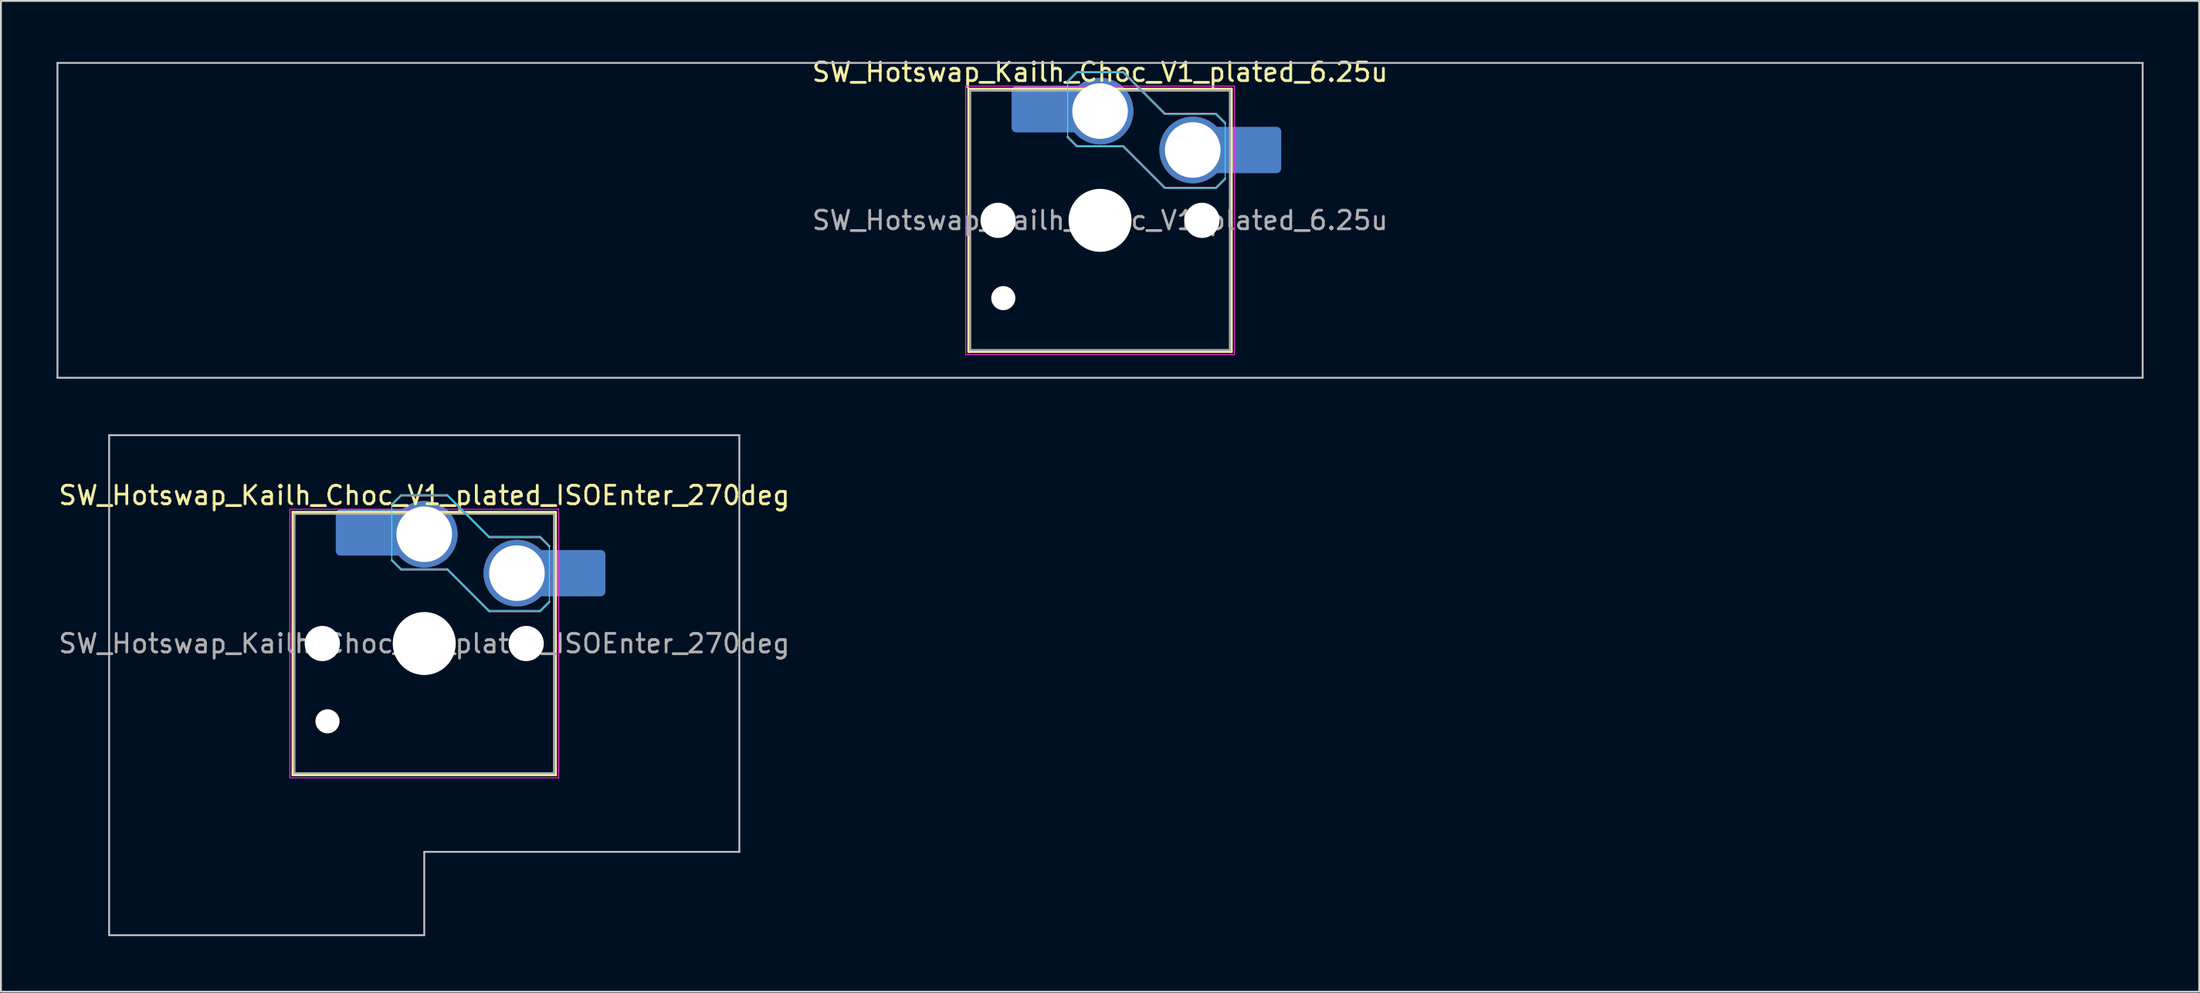
<source format=kicad_pcb>
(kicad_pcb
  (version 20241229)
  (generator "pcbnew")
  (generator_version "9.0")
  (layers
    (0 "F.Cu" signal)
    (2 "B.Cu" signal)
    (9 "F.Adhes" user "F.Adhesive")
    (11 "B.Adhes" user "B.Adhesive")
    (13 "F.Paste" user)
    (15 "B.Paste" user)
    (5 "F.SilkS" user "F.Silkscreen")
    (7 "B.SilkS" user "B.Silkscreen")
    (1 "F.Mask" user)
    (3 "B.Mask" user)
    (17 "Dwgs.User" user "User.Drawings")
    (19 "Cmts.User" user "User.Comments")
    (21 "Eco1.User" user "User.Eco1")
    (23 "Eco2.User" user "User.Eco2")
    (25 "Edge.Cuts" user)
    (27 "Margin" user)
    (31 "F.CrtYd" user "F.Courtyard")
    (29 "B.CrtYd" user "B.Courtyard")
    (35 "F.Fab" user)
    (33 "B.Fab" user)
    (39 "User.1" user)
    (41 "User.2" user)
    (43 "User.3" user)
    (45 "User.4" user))
  (footprint "SW_Hotswap_Kailh_Choc_V1_plated_6.25u"
    (layer "F.Cu")
    (at 56.3 8.848)
    (property "Reference" "SW_Hotswap_Kailh_Choc_V1_plated_6.25u" (at 0 -8 0) (layer "F.SilkS") (effects (font (size 1 1) (thickness 0.15))))
    (attr smd)
    (fp_line (start -7.1 -7.1) (end -7.1 7.1) (stroke (width 0.12) (type solid)) (layer "F.SilkS"))
    (fp_line (start -7.1 7.1) (end 7.1 7.1) (stroke (width 0.12) (type solid)) (layer "F.SilkS"))
    (fp_line (start 7.1 -7.1) (end -7.1 -7.1) (stroke (width 0.12) (type solid)) (layer "F.SilkS"))
    (fp_line (start 7.1 7.1) (end 7.1 -7.1) (stroke (width 0.12) (type solid)) (layer "F.SilkS"))
    (fp_line (start -1.75 -7.5) (end -1.25 -8) (stroke (width 0.12) (type solid)) (layer "B.SilkS"))
    (fp_line (start -1.25 -8) (end 1.25 -8) (stroke (width 0.12) (type solid)) (layer "B.SilkS"))
    (fp_line (start -1.25 -4) (end -1.75 -4.5) (stroke (width 0.12) (type solid)) (layer "B.SilkS"))
    (fp_line (start 1.25 -8) (end 3.5 -5.75) (stroke (width 0.12) (type solid)) (layer "B.SilkS"))
    (fp_line (start 1.25 -4) (end -1.25 -4) (stroke (width 0.12) (type solid)) (layer "B.SilkS"))
    (fp_line (start 3.5 -5.75) (end 6.25 -5.75) (stroke (width 0.12) (type solid)) (layer "B.SilkS"))
    (fp_line (start 3.5 -1.75) (end 1.25 -4) (stroke (width 0.12) (type solid)) (layer "B.SilkS"))
    (fp_line (start 6.25 -5.75) (end 6.75 -5.25) (stroke (width 0.12) (type solid)) (layer "B.SilkS"))
    (fp_line (start 6.25 -1.75) (end 3.5 -1.75) (stroke (width 0.12) (type solid)) (layer "B.SilkS"))
    (fp_line (start 6.75 -2.25) (end 6.25 -1.75) (stroke (width 0.12) (type solid)) (layer "B.SilkS"))
    (fp_line (start -56.25 -8.5) (end -56.25 8.5) (stroke (width 0.1) (type solid)) (layer "Dwgs.User"))
    (fp_line (start -56.25 8.5) (end 56.25 8.5) (stroke (width 0.1) (type solid)) (layer "Dwgs.User"))
    (fp_line (start 56.25 -8.5) (end -56.25 -8.5) (stroke (width 0.1) (type solid)) (layer "Dwgs.User"))
    (fp_line (start 56.25 8.5) (end 56.25 -8.5) (stroke (width 0.1) (type solid)) (layer "Dwgs.User"))
    (fp_line (start -1.75 -7.5) (end -1.25 -8) (stroke (width 0.05) (type solid)) (layer "B.CrtYd"))
    (fp_line (start -1.75 -4.5) (end -1.75 -7.5) (stroke (width 0.05) (type solid)) (layer "B.CrtYd"))
    (fp_line (start -1.25 -8) (end 1.25 -8) (stroke (width 0.05) (type solid)) (layer "B.CrtYd"))
    (fp_line (start -1.25 -4) (end -1.75 -4.5) (stroke (width 0.05) (type solid)) (layer "B.CrtYd"))
    (fp_line (start 1.25 -8) (end 3.5 -5.75) (stroke (width 0.05) (type solid)) (layer "B.CrtYd"))
    (fp_line (start 1.25 -4) (end -1.25 -4) (stroke (width 0.05) (type solid)) (layer "B.CrtYd"))
    (fp_line (start 3.5 -5.75) (end 6.25 -5.75) (stroke (width 0.05) (type solid)) (layer "B.CrtYd"))
    (fp_line (start 3.5 -1.75) (end 1.25 -4) (stroke (width 0.05) (type solid)) (layer "B.CrtYd"))
    (fp_line (start 6.25 -5.75) (end 6.75 -5.25) (stroke (width 0.05) (type solid)) (layer "B.CrtYd"))
    (fp_line (start 6.25 -1.75) (end 3.5 -1.75) (stroke (width 0.05) (type solid)) (layer "B.CrtYd"))
    (fp_line (start 6.75 -5.25) (end 6.75 -2.25) (stroke (width 0.05) (type solid)) (layer "B.CrtYd"))
    (fp_line (start 6.75 -2.25) (end 6.25 -1.75) (stroke (width 0.05) (type solid)) (layer "B.CrtYd"))
    (fp_line (start -7.25 -7.25) (end -7.25 7.25) (stroke (width 0.05) (type solid)) (layer "F.CrtYd"))
    (fp_line (start -7.25 7.25) (end 7.25 7.25) (stroke (width 0.05) (type solid)) (layer "F.CrtYd"))
    (fp_line (start 7.25 -7.25) (end -7.25 -7.25) (stroke (width 0.05) (type solid)) (layer "F.CrtYd"))
    (fp_line (start 7.25 7.25) (end 7.25 -7.25) (stroke (width 0.05) (type solid)) (layer "F.CrtYd"))
    (fp_line (start -1.75 -7.5) (end -1.25 -8) (stroke (width 0.1) (type solid)) (layer "B.Fab"))
    (fp_line (start -1.25 -8) (end 1.25 -8) (stroke (width 0.1) (type solid)) (layer "B.Fab"))
    (fp_line (start -1.25 -4) (end -1.75 -4.5) (stroke (width 0.1) (type solid)) (layer "B.Fab"))
    (fp_line (start 1.25 -8) (end 3.5 -5.75) (stroke (width 0.1) (type solid)) (layer "B.Fab"))
    (fp_line (start 1.25 -4) (end -1.25 -4) (stroke (width 0.1) (type solid)) (layer "B.Fab"))
    (fp_line (start 3.5 -5.75) (end 6.25 -5.75) (stroke (width 0.1) (type solid)) (layer "B.Fab"))
    (fp_line (start 3.5 -1.75) (end 1.25 -4) (stroke (width 0.1) (type solid)) (layer "B.Fab"))
    (fp_line (start 6.25 -5.75) (end 6.75 -5.25) (stroke (width 0.1) (type solid)) (layer "B.Fab"))
    (fp_line (start 6.25 -1.75) (end 3.5 -1.75) (stroke (width 0.1) (type solid)) (layer "B.Fab"))
    (fp_line (start 6.75 -2.25) (end 6.25 -1.75) (stroke (width 0.1) (type solid)) (layer "B.Fab"))
    (fp_line (start -7 -7) (end -7 7) (stroke (width 0.1) (type solid)) (layer "F.Fab"))
    (fp_line (start -7 7) (end 7 7) (stroke (width 0.1) (type solid)) (layer "F.Fab"))
    (fp_line (start 7 -7) (end -7 -7) (stroke (width 0.1) (type solid)) (layer "F.Fab"))
    (fp_line (start 7 7) (end 7 -7) (stroke (width 0.1) (type solid)) (layer "F.Fab"))
    (fp_text user "${REFERENCE}" (at 0 0 0) (layer "F.Fab") (effects (font (size 1 1) (thickness 0.15))))
    (pad "" np_thru_hole circle (at -5.5 0) (size 1.9 1.9) (drill 1.9) (layers "*.Cu" "*.Mask"))
    (pad "" np_thru_hole circle (at -5.22 4.2) (size 1.3 1.3) (drill 1.3) (layers "*.Cu" "*.Mask"))
    (pad "" smd roundrect (at -3.5 -6) (size 2.55 2.5) (layers "B.Mask" "B.Paste") (roundrect_rratio 0.1))
    (pad "" np_thru_hole circle (at 0 0) (size 3.4 3.4) (drill 3.4) (layers "*.Cu" "*.Mask"))
    (pad "" np_thru_hole circle (at 5.5 0) (size 1.9 1.9) (drill 1.9) (layers "*.Cu" "*.Mask"))
    (pad "" smd roundrect (at 8.5 -3.8) (size 2.55 2.5) (layers "B.Mask" "B.Paste") (roundrect_rratio 0.1))
    (pad "1" smd roundrect (at -2.85 -6) (size 3.85 2.5) (layers "B.Cu") (roundrect_rratio 0.1))
    (pad "1" thru_hole circle (at 0 -5.9) (size 3.6 3.6) (drill 3) (layers "*.Cu" "B.Mask"))
    (pad "2" thru_hole circle (at 5 -3.8) (size 3.6 3.6) (drill 3) (layers "*.Cu" "B.Mask"))
    (pad "2" smd roundrect (at 7.85 -3.8) (size 3.85 2.5) (layers "B.Cu") (roundrect_rratio 0.1)))
  (footprint "SW_Hotswap_Kailh_Choc_V1_plated_ISOEnter_270deg"
    (layer "F.Cu")
    (at 19.839 31.698)
    (property "Reference" "SW_Hotswap_Kailh_Choc_V1_plated_ISOEnter_270deg" (at 0 -8 0) (layer "F.SilkS") (effects (font (size 1 1) (thickness 0.15))))
    (attr smd)
    (fp_line (start -7.1 -7.1) (end -7.1 7.1) (stroke (width 0.12) (type solid)) (layer "F.SilkS"))
    (fp_line (start -7.1 7.1) (end 7.1 7.1) (stroke (width 0.12) (type solid)) (layer "F.SilkS"))
    (fp_line (start 7.1 -7.1) (end -7.1 -7.1) (stroke (width 0.12) (type solid)) (layer "F.SilkS"))
    (fp_line (start 7.1 7.1) (end 7.1 -7.1) (stroke (width 0.12) (type solid)) (layer "F.SilkS"))
    (fp_line (start -1.75 -7.5) (end -1.25 -8) (stroke (width 0.12) (type solid)) (layer "B.SilkS"))
    (fp_line (start -1.25 -8) (end 1.25 -8) (stroke (width 0.12) (type solid)) (layer "B.SilkS"))
    (fp_line (start -1.25 -4) (end -1.75 -4.5) (stroke (width 0.12) (type solid)) (layer "B.SilkS"))
    (fp_line (start 1.25 -8) (end 3.5 -5.75) (stroke (width 0.12) (type solid)) (layer "B.SilkS"))
    (fp_line (start 1.25 -4) (end -1.25 -4) (stroke (width 0.12) (type solid)) (layer "B.SilkS"))
    (fp_line (start 3.5 -5.75) (end 6.25 -5.75) (stroke (width 0.12) (type solid)) (layer "B.SilkS"))
    (fp_line (start 3.5 -1.75) (end 1.25 -4) (stroke (width 0.12) (type solid)) (layer "B.SilkS"))
    (fp_line (start 6.25 -5.75) (end 6.75 -5.25) (stroke (width 0.12) (type solid)) (layer "B.SilkS"))
    (fp_line (start 6.25 -1.75) (end 3.5 -1.75) (stroke (width 0.12) (type solid)) (layer "B.SilkS"))
    (fp_line (start 6.75 -2.25) (end 6.25 -1.75) (stroke (width 0.12) (type solid)) (layer "B.SilkS"))
    (fp_line (start -17 -11.25) (end -17 15.75) (stroke (width 0.1) (type solid)) (layer "Dwgs.User"))
    (fp_line (start -17 15.75) (end 0 15.75) (stroke (width 0.1) (type solid)) (layer "Dwgs.User"))
    (fp_line (start 0 11.25) (end 17 11.25) (stroke (width 0.1) (type solid)) (layer "Dwgs.User"))
    (fp_line (start 0 15.75) (end 0 11.25) (stroke (width 0.1) (type solid)) (layer "Dwgs.User"))
    (fp_line (start 17 -11.25) (end -17 -11.25) (stroke (width 0.1) (type solid)) (layer "Dwgs.User"))
    (fp_line (start 17 11.25) (end 17 -11.25) (stroke (width 0.1) (type solid)) (layer "Dwgs.User"))
    (fp_line (start -1.75 -7.5) (end -1.25 -8) (stroke (width 0.05) (type solid)) (layer "B.CrtYd"))
    (fp_line (start -1.75 -4.5) (end -1.75 -7.5) (stroke (width 0.05) (type solid)) (layer "B.CrtYd"))
    (fp_line (start -1.25 -8) (end 1.25 -8) (stroke (width 0.05) (type solid)) (layer "B.CrtYd"))
    (fp_line (start -1.25 -4) (end -1.75 -4.5) (stroke (width 0.05) (type solid)) (layer "B.CrtYd"))
    (fp_line (start 1.25 -8) (end 3.5 -5.75) (stroke (width 0.05) (type solid)) (layer "B.CrtYd"))
    (fp_line (start 1.25 -4) (end -1.25 -4) (stroke (width 0.05) (type solid)) (layer "B.CrtYd"))
    (fp_line (start 3.5 -5.75) (end 6.25 -5.75) (stroke (width 0.05) (type solid)) (layer "B.CrtYd"))
    (fp_line (start 3.5 -1.75) (end 1.25 -4) (stroke (width 0.05) (type solid)) (layer "B.CrtYd"))
    (fp_line (start 6.25 -5.75) (end 6.75 -5.25) (stroke (width 0.05) (type solid)) (layer "B.CrtYd"))
    (fp_line (start 6.25 -1.75) (end 3.5 -1.75) (stroke (width 0.05) (type solid)) (layer "B.CrtYd"))
    (fp_line (start 6.75 -5.25) (end 6.75 -2.25) (stroke (width 0.05) (type solid)) (layer "B.CrtYd"))
    (fp_line (start 6.75 -2.25) (end 6.25 -1.75) (stroke (width 0.05) (type solid)) (layer "B.CrtYd"))
    (fp_line (start -7.25 -7.25) (end -7.25 7.25) (stroke (width 0.05) (type solid)) (layer "F.CrtYd"))
    (fp_line (start -7.25 7.25) (end 7.25 7.25) (stroke (width 0.05) (type solid)) (layer "F.CrtYd"))
    (fp_line (start 7.25 -7.25) (end -7.25 -7.25) (stroke (width 0.05) (type solid)) (layer "F.CrtYd"))
    (fp_line (start 7.25 7.25) (end 7.25 -7.25) (stroke (width 0.05) (type solid)) (layer "F.CrtYd"))
    (fp_line (start -1.75 -7.5) (end -1.25 -8) (stroke (width 0.1) (type solid)) (layer "B.Fab"))
    (fp_line (start -1.25 -8) (end 1.25 -8) (stroke (width 0.1) (type solid)) (layer "B.Fab"))
    (fp_line (start -1.25 -4) (end -1.75 -4.5) (stroke (width 0.1) (type solid)) (layer "B.Fab"))
    (fp_line (start 1.25 -8) (end 3.5 -5.75) (stroke (width 0.1) (type solid)) (layer "B.Fab"))
    (fp_line (start 1.25 -4) (end -1.25 -4) (stroke (width 0.1) (type solid)) (layer "B.Fab"))
    (fp_line (start 3.5 -5.75) (end 6.25 -5.75) (stroke (width 0.1) (type solid)) (layer "B.Fab"))
    (fp_line (start 3.5 -1.75) (end 1.25 -4) (stroke (width 0.1) (type solid)) (layer "B.Fab"))
    (fp_line (start 6.25 -5.75) (end 6.75 -5.25) (stroke (width 0.1) (type solid)) (layer "B.Fab"))
    (fp_line (start 6.25 -1.75) (end 3.5 -1.75) (stroke (width 0.1) (type solid)) (layer "B.Fab"))
    (fp_line (start 6.75 -2.25) (end 6.25 -1.75) (stroke (width 0.1) (type solid)) (layer "B.Fab"))
    (fp_line (start -7 -7) (end -7 7) (stroke (width 0.1) (type solid)) (layer "F.Fab"))
    (fp_line (start -7 7) (end 7 7) (stroke (width 0.1) (type solid)) (layer "F.Fab"))
    (fp_line (start 7 -7) (end -7 -7) (stroke (width 0.1) (type solid)) (layer "F.Fab"))
    (fp_line (start 7 7) (end 7 -7) (stroke (width 0.1) (type solid)) (layer "F.Fab"))
    (fp_text user "${REFERENCE}" (at 0 0 0) (layer "F.Fab") (effects (font (size 1 1) (thickness 0.15))))
    (pad "" np_thru_hole circle (at -5.5 0) (size 1.9 1.9) (drill 1.9) (layers "*.Cu" "*.Mask"))
    (pad "" np_thru_hole circle (at -5.22 4.2) (size 1.3 1.3) (drill 1.3) (layers "*.Cu" "*.Mask"))
    (pad "" smd roundrect (at -3.5 -6) (size 2.55 2.5) (layers "B.Mask" "B.Paste") (roundrect_rratio 0.1))
    (pad "" np_thru_hole circle (at 0 0) (size 3.4 3.4) (drill 3.4) (layers "*.Cu" "*.Mask"))
    (pad "" np_thru_hole circle (at 5.5 0) (size 1.9 1.9) (drill 1.9) (layers "*.Cu" "*.Mask"))
    (pad "" smd roundrect (at 8.5 -3.8) (size 2.55 2.5) (layers "B.Mask" "B.Paste") (roundrect_rratio 0.1))
    (pad "1" smd roundrect (at -2.85 -6) (size 3.85 2.5) (layers "B.Cu") (roundrect_rratio 0.1))
    (pad "1" thru_hole circle (at 0 -5.9) (size 3.6 3.6) (drill 3) (layers "*.Cu" "B.Mask"))
    (pad "2" thru_hole circle (at 5 -3.8) (size 3.6 3.6) (drill 3) (layers "*.Cu" "B.Mask"))
    (pad "2" smd roundrect (at 7.85 -3.8) (size 3.85 2.5) (layers "B.Cu") (roundrect_rratio 0.1)))
  (gr_rect
    (start -3 -3)
    (end 115.6 50.498)
    (stroke (width 0.1) (type default))
    (fill no)
    (layer "Edge.Cuts")))
</source>
